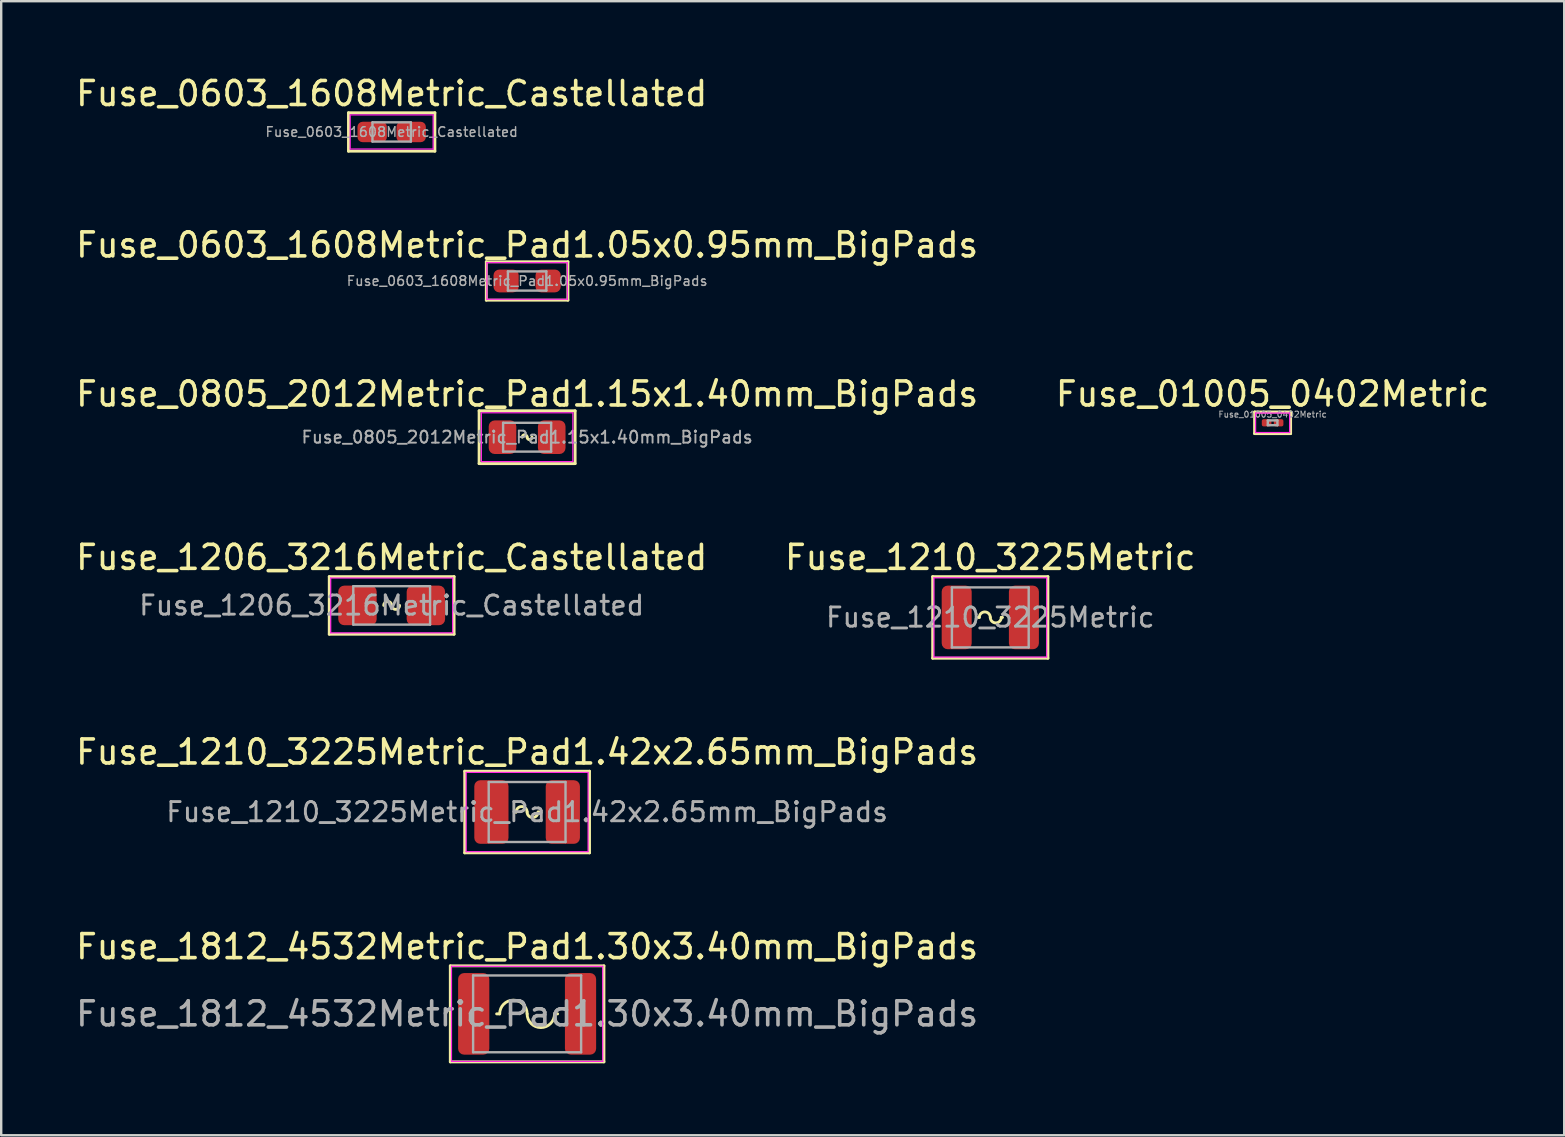
<source format=kicad_pcb>
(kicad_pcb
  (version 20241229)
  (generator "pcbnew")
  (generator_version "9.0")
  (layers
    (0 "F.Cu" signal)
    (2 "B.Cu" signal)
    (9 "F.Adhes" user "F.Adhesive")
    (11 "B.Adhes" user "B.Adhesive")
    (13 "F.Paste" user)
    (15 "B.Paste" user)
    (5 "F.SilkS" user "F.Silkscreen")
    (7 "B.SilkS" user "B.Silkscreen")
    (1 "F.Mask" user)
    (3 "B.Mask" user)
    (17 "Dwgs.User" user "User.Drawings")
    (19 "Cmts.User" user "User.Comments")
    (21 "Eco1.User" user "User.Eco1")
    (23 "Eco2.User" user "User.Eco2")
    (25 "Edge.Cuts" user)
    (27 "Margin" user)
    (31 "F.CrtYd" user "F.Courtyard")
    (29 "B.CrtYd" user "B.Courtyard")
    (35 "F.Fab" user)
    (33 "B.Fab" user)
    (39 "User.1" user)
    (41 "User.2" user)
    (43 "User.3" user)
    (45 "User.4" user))
  (footprint "Fuse_01005_0402Metric"
    (layer "F.Cu")
    (at 49.97 14.565)
    (property "Reference" "Fuse_01005_0402Metric" (at 0 -1.2 0) (layer "F.SilkS") (effects (font (size 1 1) (thickness 0.15))))
    (attr smd)
    (fp_line (start -0.75 -0.45) (end -0.75 0.45) (stroke (width 0.12) (type solid)) (layer "F.SilkS"))
    (fp_line (start -0.75 0.45) (end 0.75 0.45) (stroke (width 0.12) (type solid)) (layer "F.SilkS"))
    (fp_line (start 0.75 -0.45) (end -0.75 -0.45) (stroke (width 0.12) (type solid)) (layer "F.SilkS"))
    (fp_line (start 0.75 0.45) (end 0.75 -0.45) (stroke (width 0.12) (type solid)) (layer "F.SilkS"))
    (fp_line (start -0.711 -0.406) (end 0.711 -0.406) (stroke (width 0.05) (type solid)) (layer "F.CrtYd"))
    (fp_line (start -0.711 0.406) (end -0.711 -0.406) (stroke (width 0.05) (type solid)) (layer "F.CrtYd"))
    (fp_line (start 0.711 -0.406) (end 0.711 0.406) (stroke (width 0.05) (type solid)) (layer "F.CrtYd"))
    (fp_line (start 0.711 0.406) (end -0.711 0.406) (stroke (width 0.05) (type solid)) (layer "F.CrtYd"))
    (fp_line (start -0.2 -0.1) (end 0.2 -0.1) (stroke (width 0.1) (type solid)) (layer "F.Fab"))
    (fp_line (start -0.2 0.1) (end -0.2 -0.1) (stroke (width 0.1) (type solid)) (layer "F.Fab"))
    (fp_line (start 0.2 -0.1) (end 0.2 0.1) (stroke (width 0.1) (type solid)) (layer "F.Fab"))
    (fp_line (start 0.2 0.1) (end -0.2 0.1) (stroke (width 0.1) (type solid)) (layer "F.Fab"))
    (fp_text user "${REFERENCE}" (at 0 -0.35 0) (layer "F.Fab") (effects (font (size 0.25 0.25) (thickness 0.04))))
    (pad "" smd roundrect (at -0.275 0) (size 0.27 0.27) (layers "F.Paste") (roundrect_rratio 0.25))
    (pad "" smd roundrect (at 0.275 0) (size 0.27 0.27) (layers "F.Paste") (roundrect_rratio 0.25))
    (pad "1" smd roundrect (at -0.25 0) (size 0.4 0.3) (layers "F.Cu" "F.Mask") (roundrect_rratio 0.25))
    (pad "2" smd roundrect (at 0.25 0) (size 0.4 0.3) (layers "F.Cu" "F.Mask") (roundrect_rratio 0.25)))
  (footprint "Fuse_1206_3216Metric_Castellated"
    (layer "F.Cu")
    (at 13.268 22.173)
    (property "Reference" "Fuse_1206_3216Metric_Castellated" (at 0 -2 0) (layer "F.SilkS") (effects (font (size 1 1) (thickness 0.15))))
    (attr smd)
    (fp_line (start -2.6 -1.2) (end -2.6 1.2) (stroke (width 0.12) (type solid)) (layer "F.SilkS"))
    (fp_line (start -2.6 1.2) (end 2.6 1.2) (stroke (width 0.12) (type solid)) (layer "F.SilkS"))
    (fp_line (start 2.6 -1.2) (end -2.6 -1.2) (stroke (width 0.12) (type solid)) (layer "F.SilkS"))
    (fp_line (start 2.6 1.2) (end 2.6 -1.2) (stroke (width 0.12) (type solid)) (layer "F.SilkS"))
    (fp_arc (start -0.3302 0) (mid -0.1651 -0.1651) (end 0 0) (stroke (width 0.12) (type solid)) (layer "F.SilkS"))
    (fp_arc (start 0.3302 0) (mid 0.1651 0.1651) (end 0 0) (stroke (width 0.12) (type solid)) (layer "F.SilkS"))
    (fp_line (start -2.54 -1.143) (end 2.54 -1.143) (stroke (width 0.05) (type solid)) (layer "F.CrtYd"))
    (fp_line (start -2.54 1.143) (end -2.54 -1.143) (stroke (width 0.05) (type solid)) (layer "F.CrtYd"))
    (fp_line (start 2.54 -1.143) (end 2.54 1.143) (stroke (width 0.05) (type solid)) (layer "F.CrtYd"))
    (fp_line (start 2.54 1.143) (end -2.54 1.143) (stroke (width 0.05) (type solid)) (layer "F.CrtYd"))
    (fp_line (start -1.6 -0.8) (end 1.6 -0.8) (stroke (width 0.1) (type solid)) (layer "F.Fab"))
    (fp_line (start -1.6 0.8) (end -1.6 -0.8) (stroke (width 0.1) (type solid)) (layer "F.Fab"))
    (fp_line (start 1.6 -0.8) (end 1.6 0.8) (stroke (width 0.1) (type solid)) (layer "F.Fab"))
    (fp_line (start 1.6 0.8) (end -1.6 0.8) (stroke (width 0.1) (type solid)) (layer "F.Fab"))
    (fp_text user "${REFERENCE}" (at 0 0 0) (layer "F.Fab") (effects (font (size 0.8 0.8) (thickness 0.12))))
    (pad "1" smd roundrect (at -1.425 0) (size 1.6 1.65) (layers "F.Cu" "F.Mask" "F.Paste") (roundrect_rratio 0.156))
    (pad "2" smd roundrect (at 1.425 0) (size 1.6 1.65) (layers "F.Cu" "F.Mask" "F.Paste") (roundrect_rratio 0.156)))
  (footprint "Fuse_0603_1608Metric_Pad1.05x0.95mm_BigPads"
    (layer "F.Cu")
    (at 18.911 8.656)
    (property "Reference" "Fuse_0603_1608Metric_Pad1.05x0.95mm_BigPads" (at 0 -1.5 0) (layer "F.SilkS") (effects (font (size 1 1) (thickness 0.15))))
    (attr smd)
    (fp_line (start -1.7 -0.8) (end -1.7 0.8) (stroke (width 0.12) (type solid)) (layer "F.SilkS"))
    (fp_line (start -1.7 0.8) (end 1.7 0.8) (stroke (width 0.12) (type solid)) (layer "F.SilkS"))
    (fp_line (start 1.7 -0.8) (end -1.7 -0.8) (stroke (width 0.12) (type solid)) (layer "F.SilkS"))
    (fp_line (start 1.7 0.8) (end 1.7 -0.8) (stroke (width 0.12) (type solid)) (layer "F.SilkS"))
    (fp_line (start -1.676 -0.762) (end 1.676 -0.762) (stroke (width 0.05) (type solid)) (layer "F.CrtYd"))
    (fp_line (start -1.676 0.762) (end -1.676 -0.762) (stroke (width 0.05) (type solid)) (layer "F.CrtYd"))
    (fp_line (start 1.676 -0.762) (end 1.676 0.762) (stroke (width 0.05) (type solid)) (layer "F.CrtYd"))
    (fp_line (start 1.676 0.762) (end -1.676 0.762) (stroke (width 0.05) (type solid)) (layer "F.CrtYd"))
    (fp_line (start -0.8 -0.4) (end 0.8 -0.4) (stroke (width 0.1) (type solid)) (layer "F.Fab"))
    (fp_line (start -0.8 0.4) (end -0.8 -0.4) (stroke (width 0.1) (type solid)) (layer "F.Fab"))
    (fp_line (start 0.8 -0.4) (end 0.8 0.4) (stroke (width 0.1) (type solid)) (layer "F.Fab"))
    (fp_line (start 0.8 0.4) (end -0.8 0.4) (stroke (width 0.1) (type solid)) (layer "F.Fab"))
    (fp_text user "${REFERENCE}" (at 0 0 0) (layer "F.Fab") (effects (font (size 0.4 0.4) (thickness 0.06))))
    (pad "1" smd roundrect (at -0.875 0) (size 1.05 0.95) (layers "F.Cu" "F.Mask" "F.Paste") (roundrect_rratio 0.25))
    (pad "2" smd roundrect (at 0.875 0) (size 1.05 0.95) (layers "F.Cu" "F.Mask" "F.Paste") (roundrect_rratio 0.25)))
  (footprint "Fuse_0603_1608Metric_Castellated"
    (layer "F.Cu")
    (at 13.268 2.448)
    (property "Reference" "Fuse_0603_1608Metric_Castellated" (at 0 -1.6 0) (layer "F.SilkS") (effects (font (size 1 1) (thickness 0.15))))
    (attr smd)
    (fp_line (start -1.8 -0.8) (end -1.8 0.8) (stroke (width 0.12) (type solid)) (layer "F.SilkS"))
    (fp_line (start -1.8 0.8) (end 1.8 0.8) (stroke (width 0.12) (type solid)) (layer "F.SilkS"))
    (fp_line (start 1.8 -0.8) (end -1.8 -0.8) (stroke (width 0.12) (type solid)) (layer "F.SilkS"))
    (fp_line (start 1.8 0.8) (end 1.8 -0.8) (stroke (width 0.12) (type solid)) (layer "F.SilkS"))
    (fp_line (start -1.727 -0.711) (end 1.727 -0.711) (stroke (width 0.05) (type solid)) (layer "F.CrtYd"))
    (fp_line (start -1.727 0.711) (end -1.727 -0.711) (stroke (width 0.05) (type solid)) (layer "F.CrtYd"))
    (fp_line (start 1.727 -0.711) (end 1.727 0.711) (stroke (width 0.05) (type solid)) (layer "F.CrtYd"))
    (fp_line (start 1.727 0.711) (end -1.727 0.711) (stroke (width 0.05) (type solid)) (layer "F.CrtYd"))
    (fp_line (start -0.8 -0.4) (end 0.8 -0.4) (stroke (width 0.1) (type solid)) (layer "F.Fab"))
    (fp_line (start -0.8 0.4) (end -0.8 -0.4) (stroke (width 0.1) (type solid)) (layer "F.Fab"))
    (fp_line (start 0.8 -0.4) (end 0.8 0.4) (stroke (width 0.1) (type solid)) (layer "F.Fab"))
    (fp_line (start 0.8 0.4) (end -0.8 0.4) (stroke (width 0.1) (type solid)) (layer "F.Fab"))
    (fp_text user "${REFERENCE}" (at 0 0 0) (layer "F.Fab") (effects (font (size 0.4 0.4) (thickness 0.06))))
    (pad "1" smd roundrect (at -0.812 0) (size 1.225 0.85) (layers "F.Cu" "F.Mask" "F.Paste") (roundrect_rratio 0.25))
    (pad "2" smd roundrect (at 0.812 0) (size 1.225 0.85) (layers "F.Cu" "F.Mask" "F.Paste") (roundrect_rratio 0.25)))
  (footprint "Fuse_1812_4532Metric_Pad1.30x3.40mm_BigPads"
    (layer "F.Cu")
    (at 18.911 39.19)
    (property "Reference" "Fuse_1812_4532Metric_Pad1.30x3.40mm_BigPads" (at 0 -2.8 0) (layer "F.SilkS") (effects (font (size 1 1) (thickness 0.15))))
    (attr smd)
    (fp_line (start -3.2 -2) (end -3.2 2) (stroke (width 0.12) (type solid)) (layer "F.SilkS"))
    (fp_line (start -3.2 2) (end 3.2 2) (stroke (width 0.12) (type solid)) (layer "F.SilkS"))
    (fp_line (start -1.143 0) (end -1.27 0) (stroke (width 0.12) (type solid)) (layer "F.SilkS"))
    (fp_line (start 1.143 0) (end 1.27 0) (stroke (width 0.12) (type solid)) (layer "F.SilkS"))
    (fp_line (start 3.2 -2) (end -3.2 -2) (stroke (width 0.12) (type solid)) (layer "F.SilkS"))
    (fp_line (start 3.2 2) (end 3.2 -2) (stroke (width 0.12) (type solid)) (layer "F.SilkS"))
    (fp_arc (start -1.143 0) (mid -0.5715 -0.5715) (end 0 0) (stroke (width 0.12) (type solid)) (layer "F.SilkS"))
    (fp_arc (start 1.143 0) (mid 0.5715 0.5715) (end 0 0) (stroke (width 0.12) (type solid)) (layer "F.SilkS"))
    (fp_line (start -3.15 -1.981) (end 3.15 -1.981) (stroke (width 0.05) (type solid)) (layer "F.CrtYd"))
    (fp_line (start -3.15 1.981) (end -3.15 -1.981) (stroke (width 0.05) (type solid)) (layer "F.CrtYd"))
    (fp_line (start 3.15 -1.981) (end 3.15 1.981) (stroke (width 0.05) (type solid)) (layer "F.CrtYd"))
    (fp_line (start 3.15 1.981) (end -3.15 1.981) (stroke (width 0.05) (type solid)) (layer "F.CrtYd"))
    (fp_line (start -2.25 -1.6) (end 2.25 -1.6) (stroke (width 0.1) (type solid)) (layer "F.Fab"))
    (fp_line (start -2.25 1.6) (end -2.25 -1.6) (stroke (width 0.1) (type solid)) (layer "F.Fab"))
    (fp_line (start 2.25 -1.6) (end 2.25 1.6) (stroke (width 0.1) (type solid)) (layer "F.Fab"))
    (fp_line (start 2.25 1.6) (end -2.25 1.6) (stroke (width 0.1) (type solid)) (layer "F.Fab"))
    (fp_text user "${REFERENCE}" (at 0 0 0) (layer "F.Fab") (effects (font (size 1 1) (thickness 0.15))))
    (pad "1" smd roundrect (at -2.225 0) (size 1.3 3.4) (layers "F.Cu" "F.Mask" "F.Paste") (roundrect_rratio 0.192))
    (pad "2" smd roundrect (at 2.225 0) (size 1.3 3.4) (layers "F.Cu" "F.Mask" "F.Paste") (roundrect_rratio 0.192)))
  (footprint "Fuse_1210_3225Metric"
    (layer "F.Cu")
    (at 38.208 22.673)
    (property "Reference" "Fuse_1210_3225Metric" (at 0 -2.5 0) (layer "F.SilkS") (effects (font (size 1 1) (thickness 0.15))))
    (attr smd)
    (fp_line (start -2.4 -1.7) (end -2.4 1.7) (stroke (width 0.12) (type solid)) (layer "F.SilkS"))
    (fp_line (start -2.4 1.7) (end 2.4 1.7) (stroke (width 0.12) (type solid)) (layer "F.SilkS"))
    (fp_line (start -0.457 0) (end -0.508 0) (stroke (width 0.12) (type solid)) (layer "F.SilkS"))
    (fp_line (start 0.457 0) (end 0.508 0) (stroke (width 0.12) (type solid)) (layer "F.SilkS"))
    (fp_line (start 2.4 -1.7) (end -2.4 -1.7) (stroke (width 0.12) (type solid)) (layer "F.SilkS"))
    (fp_line (start 2.4 1.7) (end 2.4 -1.7) (stroke (width 0.12) (type solid)) (layer "F.SilkS"))
    (fp_arc (start -0.4572 0) (mid -0.2286 -0.2286) (end 0 0) (stroke (width 0.12) (type solid)) (layer "F.SilkS"))
    (fp_arc (start 0.4572 0) (mid 0.2286 0.2286) (end 0 0) (stroke (width 0.12) (type solid)) (layer "F.SilkS"))
    (fp_line (start -2.349 -1.651) (end 2.349 -1.651) (stroke (width 0.05) (type solid)) (layer "F.CrtYd"))
    (fp_line (start -2.349 1.651) (end -2.349 -1.651) (stroke (width 0.05) (type solid)) (layer "F.CrtYd"))
    (fp_line (start 2.349 -1.651) (end 2.349 1.651) (stroke (width 0.05) (type solid)) (layer "F.CrtYd"))
    (fp_line (start 2.349 1.651) (end -2.349 1.651) (stroke (width 0.05) (type solid)) (layer "F.CrtYd"))
    (fp_line (start -1.6 -1.25) (end 1.6 -1.25) (stroke (width 0.1) (type solid)) (layer "F.Fab"))
    (fp_line (start -1.6 1.25) (end -1.6 -1.25) (stroke (width 0.1) (type solid)) (layer "F.Fab"))
    (fp_line (start 1.6 -1.25) (end 1.6 1.25) (stroke (width 0.1) (type solid)) (layer "F.Fab"))
    (fp_line (start 1.6 1.25) (end -1.6 1.25) (stroke (width 0.1) (type solid)) (layer "F.Fab"))
    (fp_text user "${REFERENCE}" (at 0 0 0) (layer "F.Fab") (effects (font (size 0.8 0.8) (thickness 0.12))))
    (pad "1" smd roundrect (at -1.4 0) (size 1.25 2.65) (layers "F.Cu" "F.Mask" "F.Paste") (roundrect_rratio 0.2))
    (pad "2" smd roundrect (at 1.4 0) (size 1.25 2.65) (layers "F.Cu" "F.Mask" "F.Paste") (roundrect_rratio 0.2)))
  (footprint "Fuse_1210_3225Metric_Pad1.42x2.65mm_BigPads"
    (layer "F.Cu")
    (at 18.911 30.781)
    (property "Reference" "Fuse_1210_3225Metric_Pad1.42x2.65mm_BigPads" (at 0 -2.5 0) (layer "F.SilkS") (effects (font (size 1 1) (thickness 0.15))))
    (attr smd)
    (fp_line (start -2.6 -1.7) (end -2.6 1.7) (stroke (width 0.12) (type solid)) (layer "F.SilkS"))
    (fp_line (start -2.6 1.7) (end 2.6 1.7) (stroke (width 0.12) (type solid)) (layer "F.SilkS"))
    (fp_line (start -0.457 0) (end -0.508 0) (stroke (width 0.12) (type solid)) (layer "F.SilkS"))
    (fp_line (start 0.457 0) (end 0.508 0) (stroke (width 0.12) (type solid)) (layer "F.SilkS"))
    (fp_line (start 2.6 -1.7) (end -2.6 -1.7) (stroke (width 0.12) (type solid)) (layer "F.SilkS"))
    (fp_line (start 2.6 1.7) (end 2.6 -1.7) (stroke (width 0.12) (type solid)) (layer "F.SilkS"))
    (fp_arc (start -0.4572 0) (mid -0.2286 -0.2286) (end 0 0) (stroke (width 0.12) (type solid)) (layer "F.SilkS"))
    (fp_arc (start 0.4572 0) (mid 0.2286 0.2286) (end 0 0) (stroke (width 0.12) (type solid)) (layer "F.SilkS"))
    (fp_line (start -2.54 -1.651) (end 2.54 -1.651) (stroke (width 0.05) (type solid)) (layer "F.CrtYd"))
    (fp_line (start -2.54 1.651) (end -2.54 -1.651) (stroke (width 0.05) (type solid)) (layer "F.CrtYd"))
    (fp_line (start 2.54 -1.651) (end 2.54 1.651) (stroke (width 0.05) (type solid)) (layer "F.CrtYd"))
    (fp_line (start 2.54 1.651) (end -2.54 1.651) (stroke (width 0.05) (type solid)) (layer "F.CrtYd"))
    (fp_line (start -1.6 -1.25) (end 1.6 -1.25) (stroke (width 0.1) (type solid)) (layer "F.Fab"))
    (fp_line (start -1.6 1.25) (end -1.6 -1.25) (stroke (width 0.1) (type solid)) (layer "F.Fab"))
    (fp_line (start 1.6 -1.25) (end 1.6 1.25) (stroke (width 0.1) (type solid)) (layer "F.Fab"))
    (fp_line (start 1.6 1.25) (end -1.6 1.25) (stroke (width 0.1) (type solid)) (layer "F.Fab"))
    (fp_text user "${REFERENCE}" (at 0 0 0) (layer "F.Fab") (effects (font (size 0.8 0.8) (thickness 0.12))))
    (pad "1" smd roundrect (at -1.488 0) (size 1.425 2.65) (layers "F.Cu" "F.Mask" "F.Paste") (roundrect_rratio 0.175))
    (pad "2" smd roundrect (at 1.488 0) (size 1.425 2.65) (layers "F.Cu" "F.Mask" "F.Paste") (roundrect_rratio 0.175)))
  (footprint "Fuse_0805_2012Metric_Pad1.15x1.40mm_BigPads"
    (layer "F.Cu")
    (at 18.911 15.165)
    (property "Reference" "Fuse_0805_2012Metric_Pad1.15x1.40mm_BigPads" (at 0 -1.8 0) (layer "F.SilkS") (effects (font (size 1 1) (thickness 0.15))))
    (attr smd)
    (fp_line (start -2 -1.1) (end -2 1.1) (stroke (width 0.12) (type solid)) (layer "F.SilkS"))
    (fp_line (start -2 1.1) (end 2 1.1) (stroke (width 0.12) (type solid)) (layer "F.SilkS"))
    (fp_line (start 2 -1.1) (end -2 -1.1) (stroke (width 0.12) (type solid)) (layer "F.SilkS"))
    (fp_line (start 2 1.1) (end 2 -1.1) (stroke (width 0.12) (type solid)) (layer "F.SilkS"))
    (fp_arc (start -0.2032 0) (mid -0.1016 -0.1016) (end 0 0) (stroke (width 0.12) (type solid)) (layer "F.SilkS"))
    (fp_arc (start 0.2032 0) (mid 0.1016 0.1016) (end 0 0) (stroke (width 0.12) (type solid)) (layer "F.SilkS"))
    (fp_line (start -1.905 -1.016) (end 1.905 -1.016) (stroke (width 0.05) (type solid)) (layer "F.CrtYd"))
    (fp_line (start -1.905 1.016) (end -1.905 -1.016) (stroke (width 0.05) (type solid)) (layer "F.CrtYd"))
    (fp_line (start 1.905 -1.016) (end 1.905 1.016) (stroke (width 0.05) (type solid)) (layer "F.CrtYd"))
    (fp_line (start 1.905 1.016) (end -1.905 1.016) (stroke (width 0.05) (type solid)) (layer "F.CrtYd"))
    (fp_line (start -1 -0.6) (end 1 -0.6) (stroke (width 0.1) (type solid)) (layer "F.Fab"))
    (fp_line (start -1 0.6) (end -1 -0.6) (stroke (width 0.1) (type solid)) (layer "F.Fab"))
    (fp_line (start 1 -0.6) (end 1 0.6) (stroke (width 0.1) (type solid)) (layer "F.Fab"))
    (fp_line (start 1 0.6) (end -1 0.6) (stroke (width 0.1) (type solid)) (layer "F.Fab"))
    (fp_text user "${REFERENCE}" (at 0 0 0) (layer "F.Fab") (effects (font (size 0.5 0.5) (thickness 0.08))))
    (pad "1" smd roundrect (at -1.025 0) (size 1.15 1.4) (layers "F.Cu" "F.Mask" "F.Paste") (roundrect_rratio 0.217))
    (pad "2" smd roundrect (at 1.025 0) (size 1.15 1.4) (layers "F.Cu" "F.Mask" "F.Paste") (roundrect_rratio 0.217)))
  (gr_rect
    (start -3 -3)
    (end 62.119 44.249)
    (stroke (width 0.1) (type default))
    (fill no)
    (layer "Edge.Cuts")))
</source>
